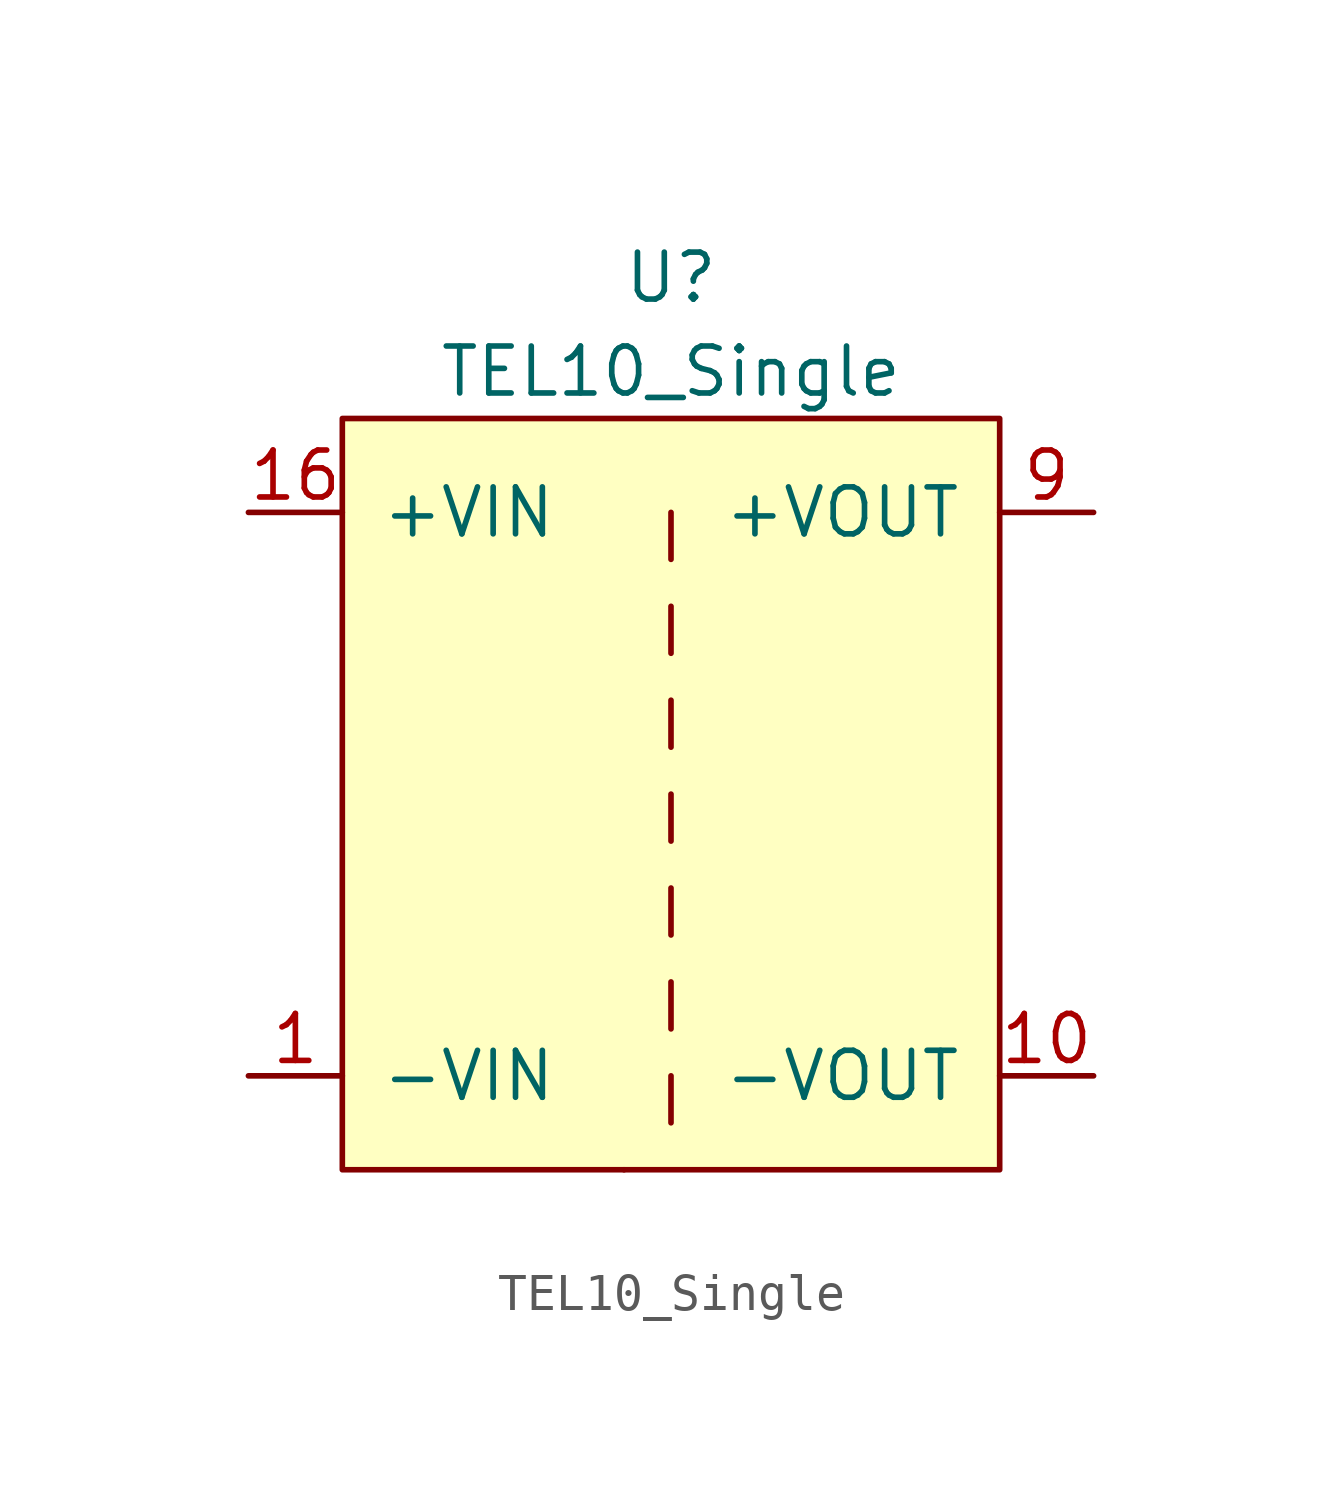
<source format=kicad_sym>
(kicad_symbol_lib
  (version 20220914)
  (generator kicad_symbol_editor)
  (symbol "TEL10_Single"
    (pin_names
      (offset 1.016))
    (property "Reference" "U"
      (at 0 13.97 0)
      (effects (font (size 1.27 1.27))))
    (property "Value" "TEL10_Single"
      (at 0 11.43 0)
      (effects (font (size 1.27 1.27))))
    (symbol "TEL10_Single_0_1"
      (rectangle (start -1.27 -10.16) (end -1.27 -10.16) (stroke (width 0) (type default)) (fill (type none)))
      (polyline (pts (xy 0 -7.62) (xy 0 -8.89)) (stroke (width 0) (type default)) (fill (type none)))
      (polyline (pts (xy 0 -5.08) (xy 0 -6.35)) (stroke (width 0) (type default)) (fill (type none)))
      (polyline (pts (xy 0 -2.54) (xy 0 -3.81)) (stroke (width 0) (type default)) (fill (type none)))
      (polyline (pts (xy 0 0) (xy 0 -1.27)) (stroke (width 0) (type default)) (fill (type none)))
      (polyline (pts (xy 0 2.54) (xy 0 1.27)) (stroke (width 0) (type default)) (fill (type none)))
      (polyline (pts (xy 0 5.08) (xy 0 3.81)) (stroke (width 0) (type default)) (fill (type none)))
      (polyline (pts (xy 0 7.62) (xy 0 6.35)) (stroke (width 0) (type default)) (fill (type none)))
      (rectangle (start 8.89 10.16) (end -8.89 -10.16) (stroke (width 0) (type default)) (fill (type background))))
    (symbol "TEL10_Single_1_1"
      (pin passive line (at -11.43 -7.62 0) (length 2.54) (name "-VIN" (effects (font (size 1.27 1.27)))) (number "1" (effects (font (size 1.27 1.27)))))
      (pin passive line (at 11.43 -7.62 180) (length 2.54) (name "-VOUT" (effects (font (size 1.27 1.27)))) (number "10" (effects (font (size 1.27 1.27)))))
      (pin passive line (at -11.43 7.62 0) (length 2.54) (name "+VIN" (effects (font (size 1.27 1.27)))) (number "16" (effects (font (size 1.27 1.27)))))
      (pin passive line (at 11.43 7.62 180) (length 2.54) (name "+VOUT" (effects (font (size 1.27 1.27)))) (number "9" (effects (font (size 1.27 1.27))))))))
</source>
